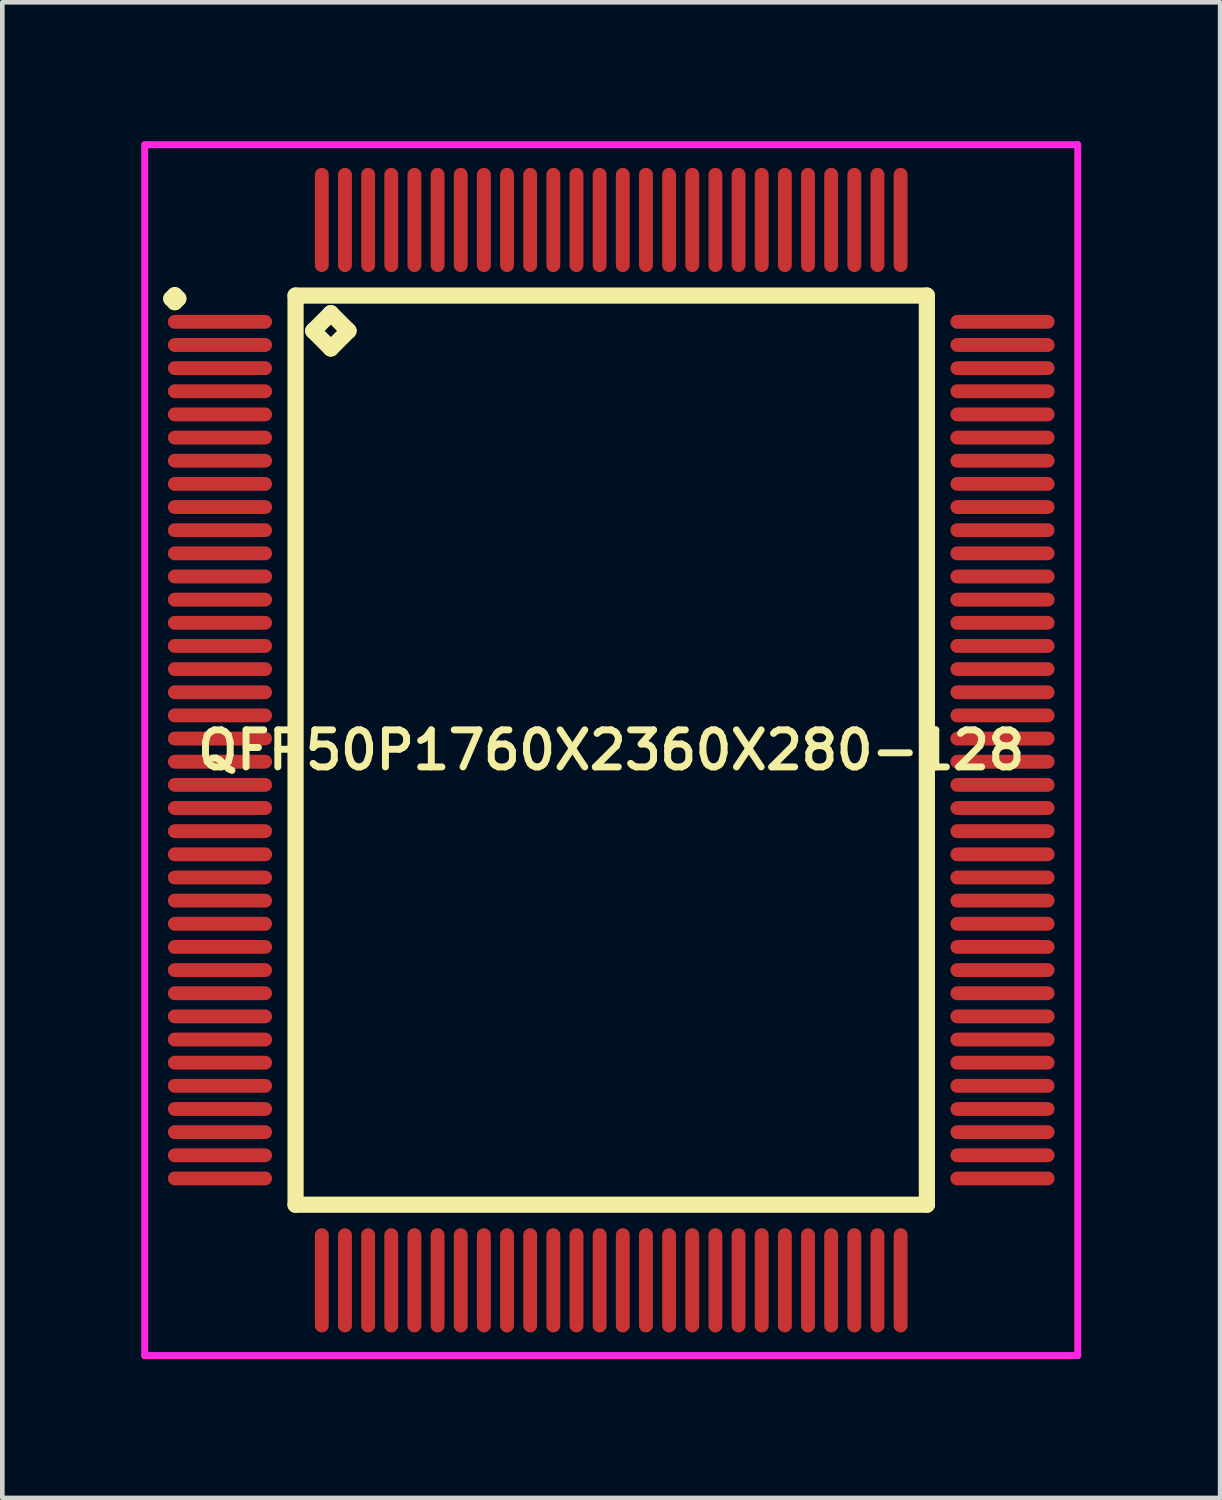
<source format=kicad_pcb>
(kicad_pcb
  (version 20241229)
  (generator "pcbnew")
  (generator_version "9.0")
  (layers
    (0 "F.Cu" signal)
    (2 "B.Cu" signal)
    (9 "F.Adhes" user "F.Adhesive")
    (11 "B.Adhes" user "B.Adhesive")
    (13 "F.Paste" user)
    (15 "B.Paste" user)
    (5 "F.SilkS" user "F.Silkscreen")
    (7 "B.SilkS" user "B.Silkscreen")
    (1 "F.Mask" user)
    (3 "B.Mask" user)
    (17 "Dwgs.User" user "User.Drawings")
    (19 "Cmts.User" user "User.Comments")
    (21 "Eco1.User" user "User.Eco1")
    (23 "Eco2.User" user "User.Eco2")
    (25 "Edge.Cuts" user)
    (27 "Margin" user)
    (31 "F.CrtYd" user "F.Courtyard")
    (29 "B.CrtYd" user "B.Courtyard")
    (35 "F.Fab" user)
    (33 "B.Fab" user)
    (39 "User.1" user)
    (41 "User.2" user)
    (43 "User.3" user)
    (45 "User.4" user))
  (footprint "QFP50P1760X2360X280-128"
    (layer "F.Cu")
    (at 10.15 13.15)
    (property "Reference" "QFP50P1760X2360X280-128" (at 0 0 0) (layer "F.SilkS") (effects (font (size 0.8 0.8) (thickness 0.15))))
    (attr through_hole)
    (fp_line (start -9.5 -9.75) (end -9.425 -9.825) (stroke (width 0.35) (type solid)) (layer "F.SilkS"))
    (fp_line (start -9.425 -9.825) (end -9.35 -9.75) (stroke (width 0.35) (type solid)) (layer "F.SilkS"))
    (fp_line (start -9.425 -9.675) (end -9.5 -9.75) (stroke (width 0.35) (type solid)) (layer "F.SilkS"))
    (fp_line (start -9.35 -9.75) (end -9.425 -9.675) (stroke (width 0.35) (type solid)) (layer "F.SilkS"))
    (fp_line (start -6.817 -9.817) (end -6.817 9.817) (stroke (width 0.35) (type solid)) (layer "F.SilkS"))
    (fp_line (start -6.817 9.817) (end 6.817 9.817) (stroke (width 0.35) (type solid)) (layer "F.SilkS"))
    (fp_line (start -6.436 -9.055) (end -6.055 -9.436) (stroke (width 0.35) (type solid)) (layer "F.SilkS"))
    (fp_line (start -6.055 -9.436) (end -5.674 -9.055) (stroke (width 0.35) (type solid)) (layer "F.SilkS"))
    (fp_line (start -6.055 -8.674) (end -6.436 -9.055) (stroke (width 0.35) (type solid)) (layer "F.SilkS"))
    (fp_line (start -5.674 -9.055) (end -6.055 -8.674) (stroke (width 0.35) (type solid)) (layer "F.SilkS"))
    (fp_line (start 6.817 -9.817) (end -6.817 -9.817) (stroke (width 0.35) (type solid)) (layer "F.SilkS"))
    (fp_line (start 6.817 9.817) (end 6.817 -9.817) (stroke (width 0.35) (type solid)) (layer "F.SilkS"))
    (fp_line (start -10.075 -13.075) (end 10.075 -13.075) (stroke (width 0.15) (type solid)) (layer "F.CrtYd"))
    (fp_line (start -10.075 13.075) (end -10.075 -13.075) (stroke (width 0.15) (type solid)) (layer "F.CrtYd"))
    (fp_line (start 10.075 -13.075) (end 10.075 13.075) (stroke (width 0.15) (type solid)) (layer "F.CrtYd"))
    (fp_line (start 10.075 13.075) (end -10.075 13.075) (stroke (width 0.15) (type solid)) (layer "F.CrtYd"))
    (pad "1" smd oval (at -8.45 -9.25) (size 2.25 0.3) (layers "F.Cu" "F.Mask" "F.Paste"))
    (pad "2" smd oval (at -8.45 -8.75) (size 2.25 0.3) (layers "F.Cu" "F.Mask" "F.Paste"))
    (pad "3" smd oval (at -8.45 -8.25) (size 2.25 0.3) (layers "F.Cu" "F.Mask" "F.Paste"))
    (pad "4" smd oval (at -8.45 -7.75) (size 2.25 0.3) (layers "F.Cu" "F.Mask" "F.Paste"))
    (pad "5" smd oval (at -8.45 -7.25) (size 2.25 0.3) (layers "F.Cu" "F.Mask" "F.Paste"))
    (pad "6" smd oval (at -8.45 -6.75) (size 2.25 0.3) (layers "F.Cu" "F.Mask" "F.Paste"))
    (pad "7" smd oval (at -8.45 -6.25) (size 2.25 0.3) (layers "F.Cu" "F.Mask" "F.Paste"))
    (pad "8" smd oval (at -8.45 -5.75) (size 2.25 0.3) (layers "F.Cu" "F.Mask" "F.Paste"))
    (pad "9" smd oval (at -8.45 -5.25) (size 2.25 0.3) (layers "F.Cu" "F.Mask" "F.Paste"))
    (pad "10" smd oval (at -8.45 -4.75) (size 2.25 0.3) (layers "F.Cu" "F.Mask" "F.Paste"))
    (pad "11" smd oval (at -8.45 -4.25) (size 2.25 0.3) (layers "F.Cu" "F.Mask" "F.Paste"))
    (pad "12" smd oval (at -8.45 -3.75) (size 2.25 0.3) (layers "F.Cu" "F.Mask" "F.Paste"))
    (pad "13" smd oval (at -8.45 -3.25) (size 2.25 0.3) (layers "F.Cu" "F.Mask" "F.Paste"))
    (pad "14" smd oval (at -8.45 -2.75) (size 2.25 0.3) (layers "F.Cu" "F.Mask" "F.Paste"))
    (pad "15" smd oval (at -8.45 -2.25) (size 2.25 0.3) (layers "F.Cu" "F.Mask" "F.Paste"))
    (pad "16" smd oval (at -8.45 -1.75) (size 2.25 0.3) (layers "F.Cu" "F.Mask" "F.Paste"))
    (pad "17" smd oval (at -8.45 -1.25) (size 2.25 0.3) (layers "F.Cu" "F.Mask" "F.Paste"))
    (pad "18" smd oval (at -8.45 -0.75) (size 2.25 0.3) (layers "F.Cu" "F.Mask" "F.Paste"))
    (pad "19" smd oval (at -8.45 -0.25) (size 2.25 0.3) (layers "F.Cu" "F.Mask" "F.Paste"))
    (pad "20" smd oval (at -8.45 0.25) (size 2.25 0.3) (layers "F.Cu" "F.Mask" "F.Paste"))
    (pad "21" smd oval (at -8.45 0.75) (size 2.25 0.3) (layers "F.Cu" "F.Mask" "F.Paste"))
    (pad "22" smd oval (at -8.45 1.25) (size 2.25 0.3) (layers "F.Cu" "F.Mask" "F.Paste"))
    (pad "23" smd oval (at -8.45 1.75) (size 2.25 0.3) (layers "F.Cu" "F.Mask" "F.Paste"))
    (pad "24" smd oval (at -8.45 2.25) (size 2.25 0.3) (layers "F.Cu" "F.Mask" "F.Paste"))
    (pad "25" smd oval (at -8.45 2.75) (size 2.25 0.3) (layers "F.Cu" "F.Mask" "F.Paste"))
    (pad "26" smd oval (at -8.45 3.25) (size 2.25 0.3) (layers "F.Cu" "F.Mask" "F.Paste"))
    (pad "27" smd oval (at -8.45 3.75) (size 2.25 0.3) (layers "F.Cu" "F.Mask" "F.Paste"))
    (pad "28" smd oval (at -8.45 4.25) (size 2.25 0.3) (layers "F.Cu" "F.Mask" "F.Paste"))
    (pad "29" smd oval (at -8.45 4.75) (size 2.25 0.3) (layers "F.Cu" "F.Mask" "F.Paste"))
    (pad "30" smd oval (at -8.45 5.25) (size 2.25 0.3) (layers "F.Cu" "F.Mask" "F.Paste"))
    (pad "31" smd oval (at -8.45 5.75) (size 2.25 0.3) (layers "F.Cu" "F.Mask" "F.Paste"))
    (pad "32" smd oval (at -8.45 6.25) (size 2.25 0.3) (layers "F.Cu" "F.Mask" "F.Paste"))
    (pad "33" smd oval (at -8.45 6.75) (size 2.25 0.3) (layers "F.Cu" "F.Mask" "F.Paste"))
    (pad "34" smd oval (at -8.45 7.25) (size 2.25 0.3) (layers "F.Cu" "F.Mask" "F.Paste"))
    (pad "35" smd oval (at -8.45 7.75) (size 2.25 0.3) (layers "F.Cu" "F.Mask" "F.Paste"))
    (pad "36" smd oval (at -8.45 8.25) (size 2.25 0.3) (layers "F.Cu" "F.Mask" "F.Paste"))
    (pad "37" smd oval (at -8.45 8.75) (size 2.25 0.3) (layers "F.Cu" "F.Mask" "F.Paste"))
    (pad "38" smd oval (at -8.45 9.25) (size 2.25 0.3) (layers "F.Cu" "F.Mask" "F.Paste"))
    (pad "39" smd oval (at -6.25 11.45) (size 0.3 2.25) (layers "F.Cu" "F.Mask" "F.Paste"))
    (pad "40" smd oval (at -5.75 11.45) (size 0.3 2.25) (layers "F.Cu" "F.Mask" "F.Paste"))
    (pad "41" smd oval (at -5.25 11.45) (size 0.3 2.25) (layers "F.Cu" "F.Mask" "F.Paste"))
    (pad "42" smd oval (at -4.75 11.45) (size 0.3 2.25) (layers "F.Cu" "F.Mask" "F.Paste"))
    (pad "43" smd oval (at -4.25 11.45) (size 0.3 2.25) (layers "F.Cu" "F.Mask" "F.Paste"))
    (pad "44" smd oval (at -3.75 11.45) (size 0.3 2.25) (layers "F.Cu" "F.Mask" "F.Paste"))
    (pad "45" smd oval (at -3.25 11.45) (size 0.3 2.25) (layers "F.Cu" "F.Mask" "F.Paste"))
    (pad "46" smd oval (at -2.75 11.45) (size 0.3 2.25) (layers "F.Cu" "F.Mask" "F.Paste"))
    (pad "47" smd oval (at -2.25 11.45) (size 0.3 2.25) (layers "F.Cu" "F.Mask" "F.Paste"))
    (pad "48" smd oval (at -1.75 11.45) (size 0.3 2.25) (layers "F.Cu" "F.Mask" "F.Paste"))
    (pad "49" smd oval (at -1.25 11.45) (size 0.3 2.25) (layers "F.Cu" "F.Mask" "F.Paste"))
    (pad "50" smd oval (at -0.75 11.45) (size 0.3 2.25) (layers "F.Cu" "F.Mask" "F.Paste"))
    (pad "51" smd oval (at -0.25 11.45) (size 0.3 2.25) (layers "F.Cu" "F.Mask" "F.Paste"))
    (pad "52" smd oval (at 0.25 11.45) (size 0.3 2.25) (layers "F.Cu" "F.Mask" "F.Paste"))
    (pad "53" smd oval (at 0.75 11.45) (size 0.3 2.25) (layers "F.Cu" "F.Mask" "F.Paste"))
    (pad "54" smd oval (at 1.25 11.45) (size 0.3 2.25) (layers "F.Cu" "F.Mask" "F.Paste"))
    (pad "55" smd oval (at 1.75 11.45) (size 0.3 2.25) (layers "F.Cu" "F.Mask" "F.Paste"))
    (pad "56" smd oval (at 2.25 11.45) (size 0.3 2.25) (layers "F.Cu" "F.Mask" "F.Paste"))
    (pad "57" smd oval (at 2.75 11.45) (size 0.3 2.25) (layers "F.Cu" "F.Mask" "F.Paste"))
    (pad "58" smd oval (at 3.25 11.45) (size 0.3 2.25) (layers "F.Cu" "F.Mask" "F.Paste"))
    (pad "59" smd oval (at 3.75 11.45) (size 0.3 2.25) (layers "F.Cu" "F.Mask" "F.Paste"))
    (pad "60" smd oval (at 4.25 11.45) (size 0.3 2.25) (layers "F.Cu" "F.Mask" "F.Paste"))
    (pad "61" smd oval (at 4.75 11.45) (size 0.3 2.25) (layers "F.Cu" "F.Mask" "F.Paste"))
    (pad "62" smd oval (at 5.25 11.45) (size 0.3 2.25) (layers "F.Cu" "F.Mask" "F.Paste"))
    (pad "63" smd oval (at 5.75 11.45) (size 0.3 2.25) (layers "F.Cu" "F.Mask" "F.Paste"))
    (pad "64" smd oval (at 6.25 11.45) (size 0.3 2.25) (layers "F.Cu" "F.Mask" "F.Paste"))
    (pad "65" smd oval (at 8.45 9.25) (size 2.25 0.3) (layers "F.Cu" "F.Mask" "F.Paste"))
    (pad "66" smd oval (at 8.45 8.75) (size 2.25 0.3) (layers "F.Cu" "F.Mask" "F.Paste"))
    (pad "67" smd oval (at 8.45 8.25) (size 2.25 0.3) (layers "F.Cu" "F.Mask" "F.Paste"))
    (pad "68" smd oval (at 8.45 7.75) (size 2.25 0.3) (layers "F.Cu" "F.Mask" "F.Paste"))
    (pad "69" smd oval (at 8.45 7.25) (size 2.25 0.3) (layers "F.Cu" "F.Mask" "F.Paste"))
    (pad "70" smd oval (at 8.45 6.75) (size 2.25 0.3) (layers "F.Cu" "F.Mask" "F.Paste"))
    (pad "71" smd oval (at 8.45 6.25) (size 2.25 0.3) (layers "F.Cu" "F.Mask" "F.Paste"))
    (pad "72" smd oval (at 8.45 5.75) (size 2.25 0.3) (layers "F.Cu" "F.Mask" "F.Paste"))
    (pad "73" smd oval (at 8.45 5.25) (size 2.25 0.3) (layers "F.Cu" "F.Mask" "F.Paste"))
    (pad "74" smd oval (at 8.45 4.75) (size 2.25 0.3) (layers "F.Cu" "F.Mask" "F.Paste"))
    (pad "75" smd oval (at 8.45 4.25) (size 2.25 0.3) (layers "F.Cu" "F.Mask" "F.Paste"))
    (pad "76" smd oval (at 8.45 3.75) (size 2.25 0.3) (layers "F.Cu" "F.Mask" "F.Paste"))
    (pad "77" smd oval (at 8.45 3.25) (size 2.25 0.3) (layers "F.Cu" "F.Mask" "F.Paste"))
    (pad "78" smd oval (at 8.45 2.75) (size 2.25 0.3) (layers "F.Cu" "F.Mask" "F.Paste"))
    (pad "79" smd oval (at 8.45 2.25) (size 2.25 0.3) (layers "F.Cu" "F.Mask" "F.Paste"))
    (pad "80" smd oval (at 8.45 1.75) (size 2.25 0.3) (layers "F.Cu" "F.Mask" "F.Paste"))
    (pad "81" smd oval (at 8.45 1.25) (size 2.25 0.3) (layers "F.Cu" "F.Mask" "F.Paste"))
    (pad "82" smd oval (at 8.45 0.75) (size 2.25 0.3) (layers "F.Cu" "F.Mask" "F.Paste"))
    (pad "83" smd oval (at 8.45 0.25) (size 2.25 0.3) (layers "F.Cu" "F.Mask" "F.Paste"))
    (pad "84" smd oval (at 8.45 -0.25) (size 2.25 0.3) (layers "F.Cu" "F.Mask" "F.Paste"))
    (pad "85" smd oval (at 8.45 -0.75) (size 2.25 0.3) (layers "F.Cu" "F.Mask" "F.Paste"))
    (pad "86" smd oval (at 8.45 -1.25) (size 2.25 0.3) (layers "F.Cu" "F.Mask" "F.Paste"))
    (pad "87" smd oval (at 8.45 -1.75) (size 2.25 0.3) (layers "F.Cu" "F.Mask" "F.Paste"))
    (pad "88" smd oval (at 8.45 -2.25) (size 2.25 0.3) (layers "F.Cu" "F.Mask" "F.Paste"))
    (pad "89" smd oval (at 8.45 -2.75) (size 2.25 0.3) (layers "F.Cu" "F.Mask" "F.Paste"))
    (pad "90" smd oval (at 8.45 -3.25) (size 2.25 0.3) (layers "F.Cu" "F.Mask" "F.Paste"))
    (pad "91" smd oval (at 8.45 -3.75) (size 2.25 0.3) (layers "F.Cu" "F.Mask" "F.Paste"))
    (pad "92" smd oval (at 8.45 -4.25) (size 2.25 0.3) (layers "F.Cu" "F.Mask" "F.Paste"))
    (pad "93" smd oval (at 8.45 -4.75) (size 2.25 0.3) (layers "F.Cu" "F.Mask" "F.Paste"))
    (pad "94" smd oval (at 8.45 -5.25) (size 2.25 0.3) (layers "F.Cu" "F.Mask" "F.Paste"))
    (pad "95" smd oval (at 8.45 -5.75) (size 2.25 0.3) (layers "F.Cu" "F.Mask" "F.Paste"))
    (pad "96" smd oval (at 8.45 -6.25) (size 2.25 0.3) (layers "F.Cu" "F.Mask" "F.Paste"))
    (pad "97" smd oval (at 8.45 -6.75) (size 2.25 0.3) (layers "F.Cu" "F.Mask" "F.Paste"))
    (pad "98" smd oval (at 8.45 -7.25) (size 2.25 0.3) (layers "F.Cu" "F.Mask" "F.Paste"))
    (pad "99" smd oval (at 8.45 -7.75) (size 2.25 0.3) (layers "F.Cu" "F.Mask" "F.Paste"))
    (pad "100" smd oval (at 8.45 -8.25) (size 2.25 0.3) (layers "F.Cu" "F.Mask" "F.Paste"))
    (pad "101" smd oval (at 8.45 -8.75) (size 2.25 0.3) (layers "F.Cu" "F.Mask" "F.Paste"))
    (pad "102" smd oval (at 8.45 -9.25) (size 2.25 0.3) (layers "F.Cu" "F.Mask" "F.Paste"))
    (pad "103" smd oval (at 6.25 -11.45) (size 0.3 2.25) (layers "F.Cu" "F.Mask" "F.Paste"))
    (pad "104" smd oval (at 5.75 -11.45) (size 0.3 2.25) (layers "F.Cu" "F.Mask" "F.Paste"))
    (pad "105" smd oval (at 5.25 -11.45) (size 0.3 2.25) (layers "F.Cu" "F.Mask" "F.Paste"))
    (pad "106" smd oval (at 4.75 -11.45) (size 0.3 2.25) (layers "F.Cu" "F.Mask" "F.Paste"))
    (pad "107" smd oval (at 4.25 -11.45) (size 0.3 2.25) (layers "F.Cu" "F.Mask" "F.Paste"))
    (pad "108" smd oval (at 3.75 -11.45) (size 0.3 2.25) (layers "F.Cu" "F.Mask" "F.Paste"))
    (pad "109" smd oval (at 3.25 -11.45) (size 0.3 2.25) (layers "F.Cu" "F.Mask" "F.Paste"))
    (pad "110" smd oval (at 2.75 -11.45) (size 0.3 2.25) (layers "F.Cu" "F.Mask" "F.Paste"))
    (pad "111" smd oval (at 2.25 -11.45) (size 0.3 2.25) (layers "F.Cu" "F.Mask" "F.Paste"))
    (pad "112" smd oval (at 1.75 -11.45) (size 0.3 2.25) (layers "F.Cu" "F.Mask" "F.Paste"))
    (pad "113" smd oval (at 1.25 -11.45) (size 0.3 2.25) (layers "F.Cu" "F.Mask" "F.Paste"))
    (pad "114" smd oval (at 0.75 -11.45) (size 0.3 2.25) (layers "F.Cu" "F.Mask" "F.Paste"))
    (pad "115" smd oval (at 0.25 -11.45) (size 0.3 2.25) (layers "F.Cu" "F.Mask" "F.Paste"))
    (pad "116" smd oval (at -0.25 -11.45) (size 0.3 2.25) (layers "F.Cu" "F.Mask" "F.Paste"))
    (pad "117" smd oval (at -0.75 -11.45) (size 0.3 2.25) (layers "F.Cu" "F.Mask" "F.Paste"))
    (pad "118" smd oval (at -1.25 -11.45) (size 0.3 2.25) (layers "F.Cu" "F.Mask" "F.Paste"))
    (pad "119" smd oval (at -1.75 -11.45) (size 0.3 2.25) (layers "F.Cu" "F.Mask" "F.Paste"))
    (pad "120" smd oval (at -2.25 -11.45) (size 0.3 2.25) (layers "F.Cu" "F.Mask" "F.Paste"))
    (pad "121" smd oval (at -2.75 -11.45) (size 0.3 2.25) (layers "F.Cu" "F.Mask" "F.Paste"))
    (pad "122" smd oval (at -3.25 -11.45) (size 0.3 2.25) (layers "F.Cu" "F.Mask" "F.Paste"))
    (pad "123" smd oval (at -3.75 -11.45) (size 0.3 2.25) (layers "F.Cu" "F.Mask" "F.Paste"))
    (pad "124" smd oval (at -4.25 -11.45) (size 0.3 2.25) (layers "F.Cu" "F.Mask" "F.Paste"))
    (pad "125" smd oval (at -4.75 -11.45) (size 0.3 2.25) (layers "F.Cu" "F.Mask" "F.Paste"))
    (pad "126" smd oval (at -5.25 -11.45) (size 0.3 2.25) (layers "F.Cu" "F.Mask" "F.Paste"))
    (pad "127" smd oval (at -5.75 -11.45) (size 0.3 2.25) (layers "F.Cu" "F.Mask" "F.Paste"))
    (pad "128" smd oval (at -6.25 -11.45) (size 0.3 2.25) (layers "F.Cu" "F.Mask" "F.Paste")))
  (gr_rect
    (start -3 -3)
    (end 23.3 29.3)
    (stroke (width 0.1) (type default))
    (fill no)
    (layer "Edge.Cuts")))
</source>
